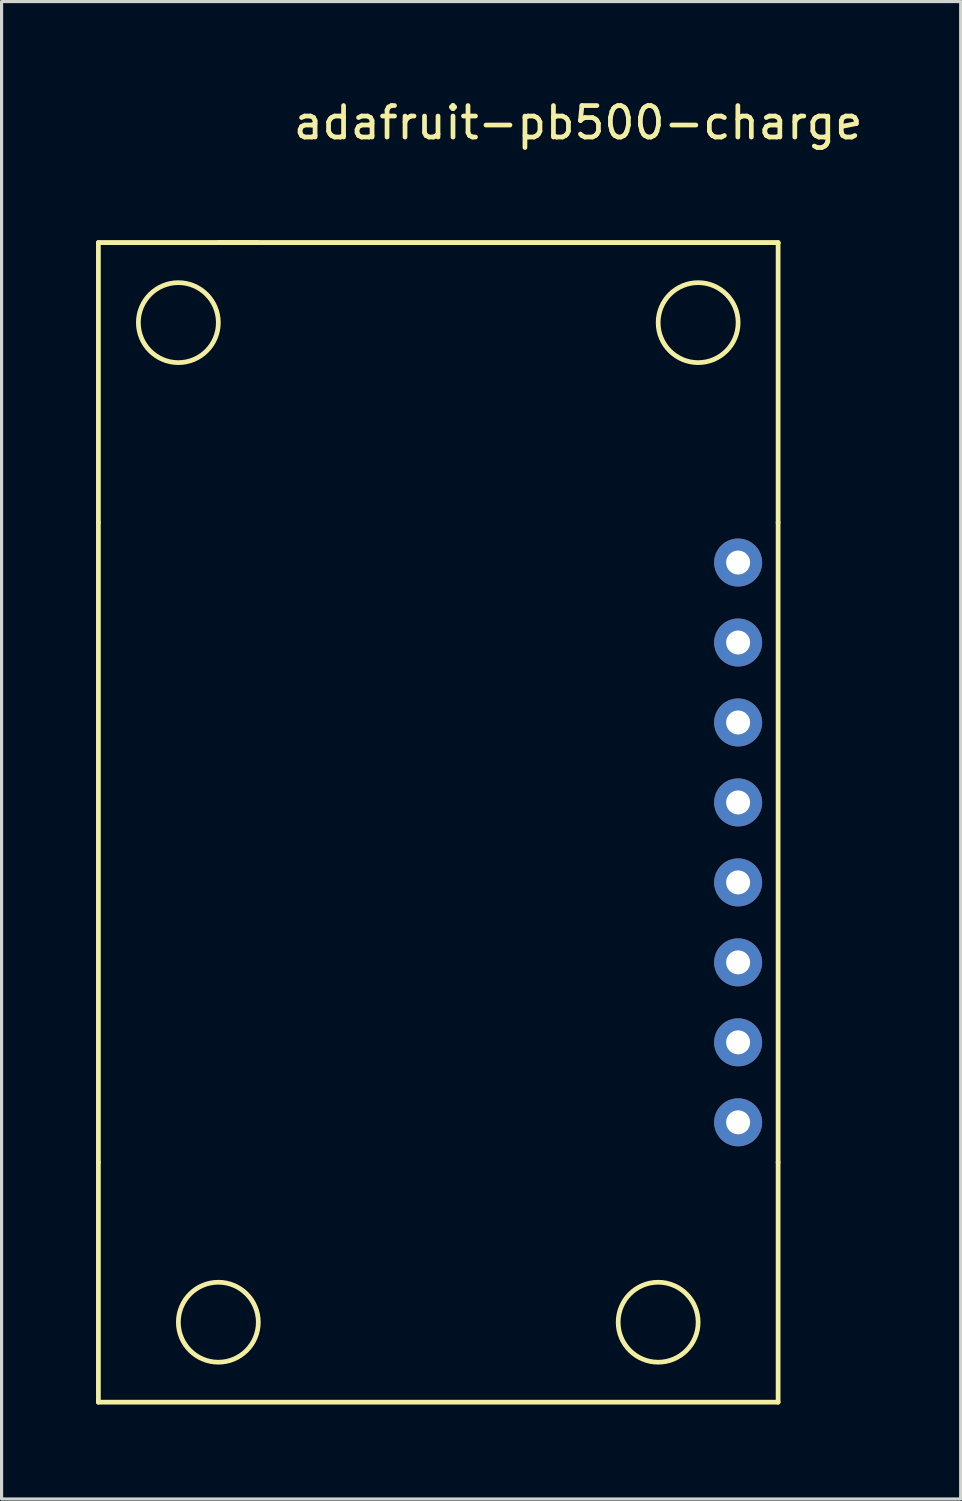
<source format=kicad_pcb>
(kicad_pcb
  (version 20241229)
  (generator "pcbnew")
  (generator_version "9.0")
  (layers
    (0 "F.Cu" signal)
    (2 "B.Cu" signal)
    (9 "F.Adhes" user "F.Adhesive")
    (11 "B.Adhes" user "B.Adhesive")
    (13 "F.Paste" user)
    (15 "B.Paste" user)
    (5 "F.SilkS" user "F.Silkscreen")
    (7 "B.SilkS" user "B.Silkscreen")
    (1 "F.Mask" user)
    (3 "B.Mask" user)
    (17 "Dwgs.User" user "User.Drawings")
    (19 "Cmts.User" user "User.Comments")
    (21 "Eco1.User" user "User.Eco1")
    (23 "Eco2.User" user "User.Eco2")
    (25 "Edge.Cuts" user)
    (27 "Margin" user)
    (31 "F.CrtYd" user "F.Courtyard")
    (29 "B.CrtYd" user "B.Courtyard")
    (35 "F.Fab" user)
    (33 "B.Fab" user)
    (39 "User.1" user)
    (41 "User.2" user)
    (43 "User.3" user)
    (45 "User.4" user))
  (footprint "adafruit-pb500-charge"
    (layer "F.Cu")
    (at 14.045 19.898)
    (property "Reference" "adafruit-pb500-charge" (at 1.27 -19.05 0) (layer "F.SilkS") (effects (font (size 1 1) (thickness 0.15))))
    (attr through_hole)
    (fp_line (start -13.97 -15.24) (end -8.89 -15.24) (stroke (width 0.15) (type solid)) (layer "F.SilkS"))
    (fp_line (start -13.97 -15.24) (end 7.62 -15.24) (stroke (width 0.15) (type solid)) (layer "F.SilkS"))
    (fp_line (start -13.97 -6.35) (end -13.97 -15.24) (stroke (width 0.15) (type solid)) (layer "F.SilkS"))
    (fp_line (start -13.97 -6.35) (end -13.97 13.97) (stroke (width 0.15) (type solid)) (layer "F.SilkS"))
    (fp_line (start -13.97 21.59) (end -13.97 13.97) (stroke (width 0.15) (type solid)) (layer "F.SilkS"))
    (fp_line (start 7.62 -15.24) (end -10.16 -15.24) (stroke (width 0.15) (type solid)) (layer "F.SilkS"))
    (fp_line (start 7.62 -6.35) (end 7.62 -15.24) (stroke (width 0.15) (type solid)) (layer "F.SilkS"))
    (fp_line (start 7.62 -6.35) (end 7.62 13.97) (stroke (width 0.15) (type solid)) (layer "F.SilkS"))
    (fp_line (start 7.62 13.97) (end 7.62 21.59) (stroke (width 0.15) (type solid)) (layer "F.SilkS"))
    (fp_line (start 7.62 21.59) (end -13.97 21.59) (stroke (width 0.15) (type solid)) (layer "F.SilkS"))
    (fp_circle (center -11.43 -12.7) (end -11.43 -11.43) (stroke (width 0.15) (type solid)) (fill no) (layer "F.SilkS"))
    (fp_circle (center -10.16 19.05) (end -8.89 19.05) (stroke (width 0.15) (type solid)) (fill no) (layer "F.SilkS"))
    (fp_circle (center 3.81 19.05) (end 3.81 20.32) (stroke (width 0.15) (type solid)) (fill no) (layer "F.SilkS"))
    (fp_circle (center 5.08 -12.7) (end 5.08 -13.97) (stroke (width 0.15) (type solid)) (fill no) (layer "F.SilkS"))
    (pad "1" thru_hole circle (at 6.35 -5.08) (size 1.524 1.524) (drill 0.762) (layers "*.Cu" "*.Mask"))
    (pad "2" thru_hole circle (at 6.35 -2.54) (size 1.524 1.524) (drill 0.762) (layers "*.Cu" "*.Mask"))
    (pad "3" thru_hole circle (at 6.35 0) (size 1.524 1.524) (drill 0.762) (layers "*.Cu" "*.Mask"))
    (pad "4" thru_hole circle (at 6.35 2.54) (size 1.524 1.524) (drill 0.762) (layers "*.Cu" "*.Mask"))
    (pad "5" thru_hole circle (at 6.35 5.08) (size 1.524 1.524) (drill 0.762) (layers "*.Cu" "*.Mask"))
    (pad "6" thru_hole circle (at 6.35 7.62) (size 1.524 1.524) (drill 0.762) (layers "*.Cu" "*.Mask"))
    (pad "7" thru_hole circle (at 6.35 10.16) (size 1.524 1.524) (drill 0.762) (layers "*.Cu" "*.Mask"))
    (pad "8" thru_hole circle (at 6.35 12.7) (size 1.524 1.524) (drill 0.762) (layers "*.Cu" "*.Mask")))
  (gr_rect
    (start -3 -3)
    (end 27.464 44.563)
    (stroke (width 0.1) (type default))
    (fill no)
    (layer "Edge.Cuts")))
</source>
